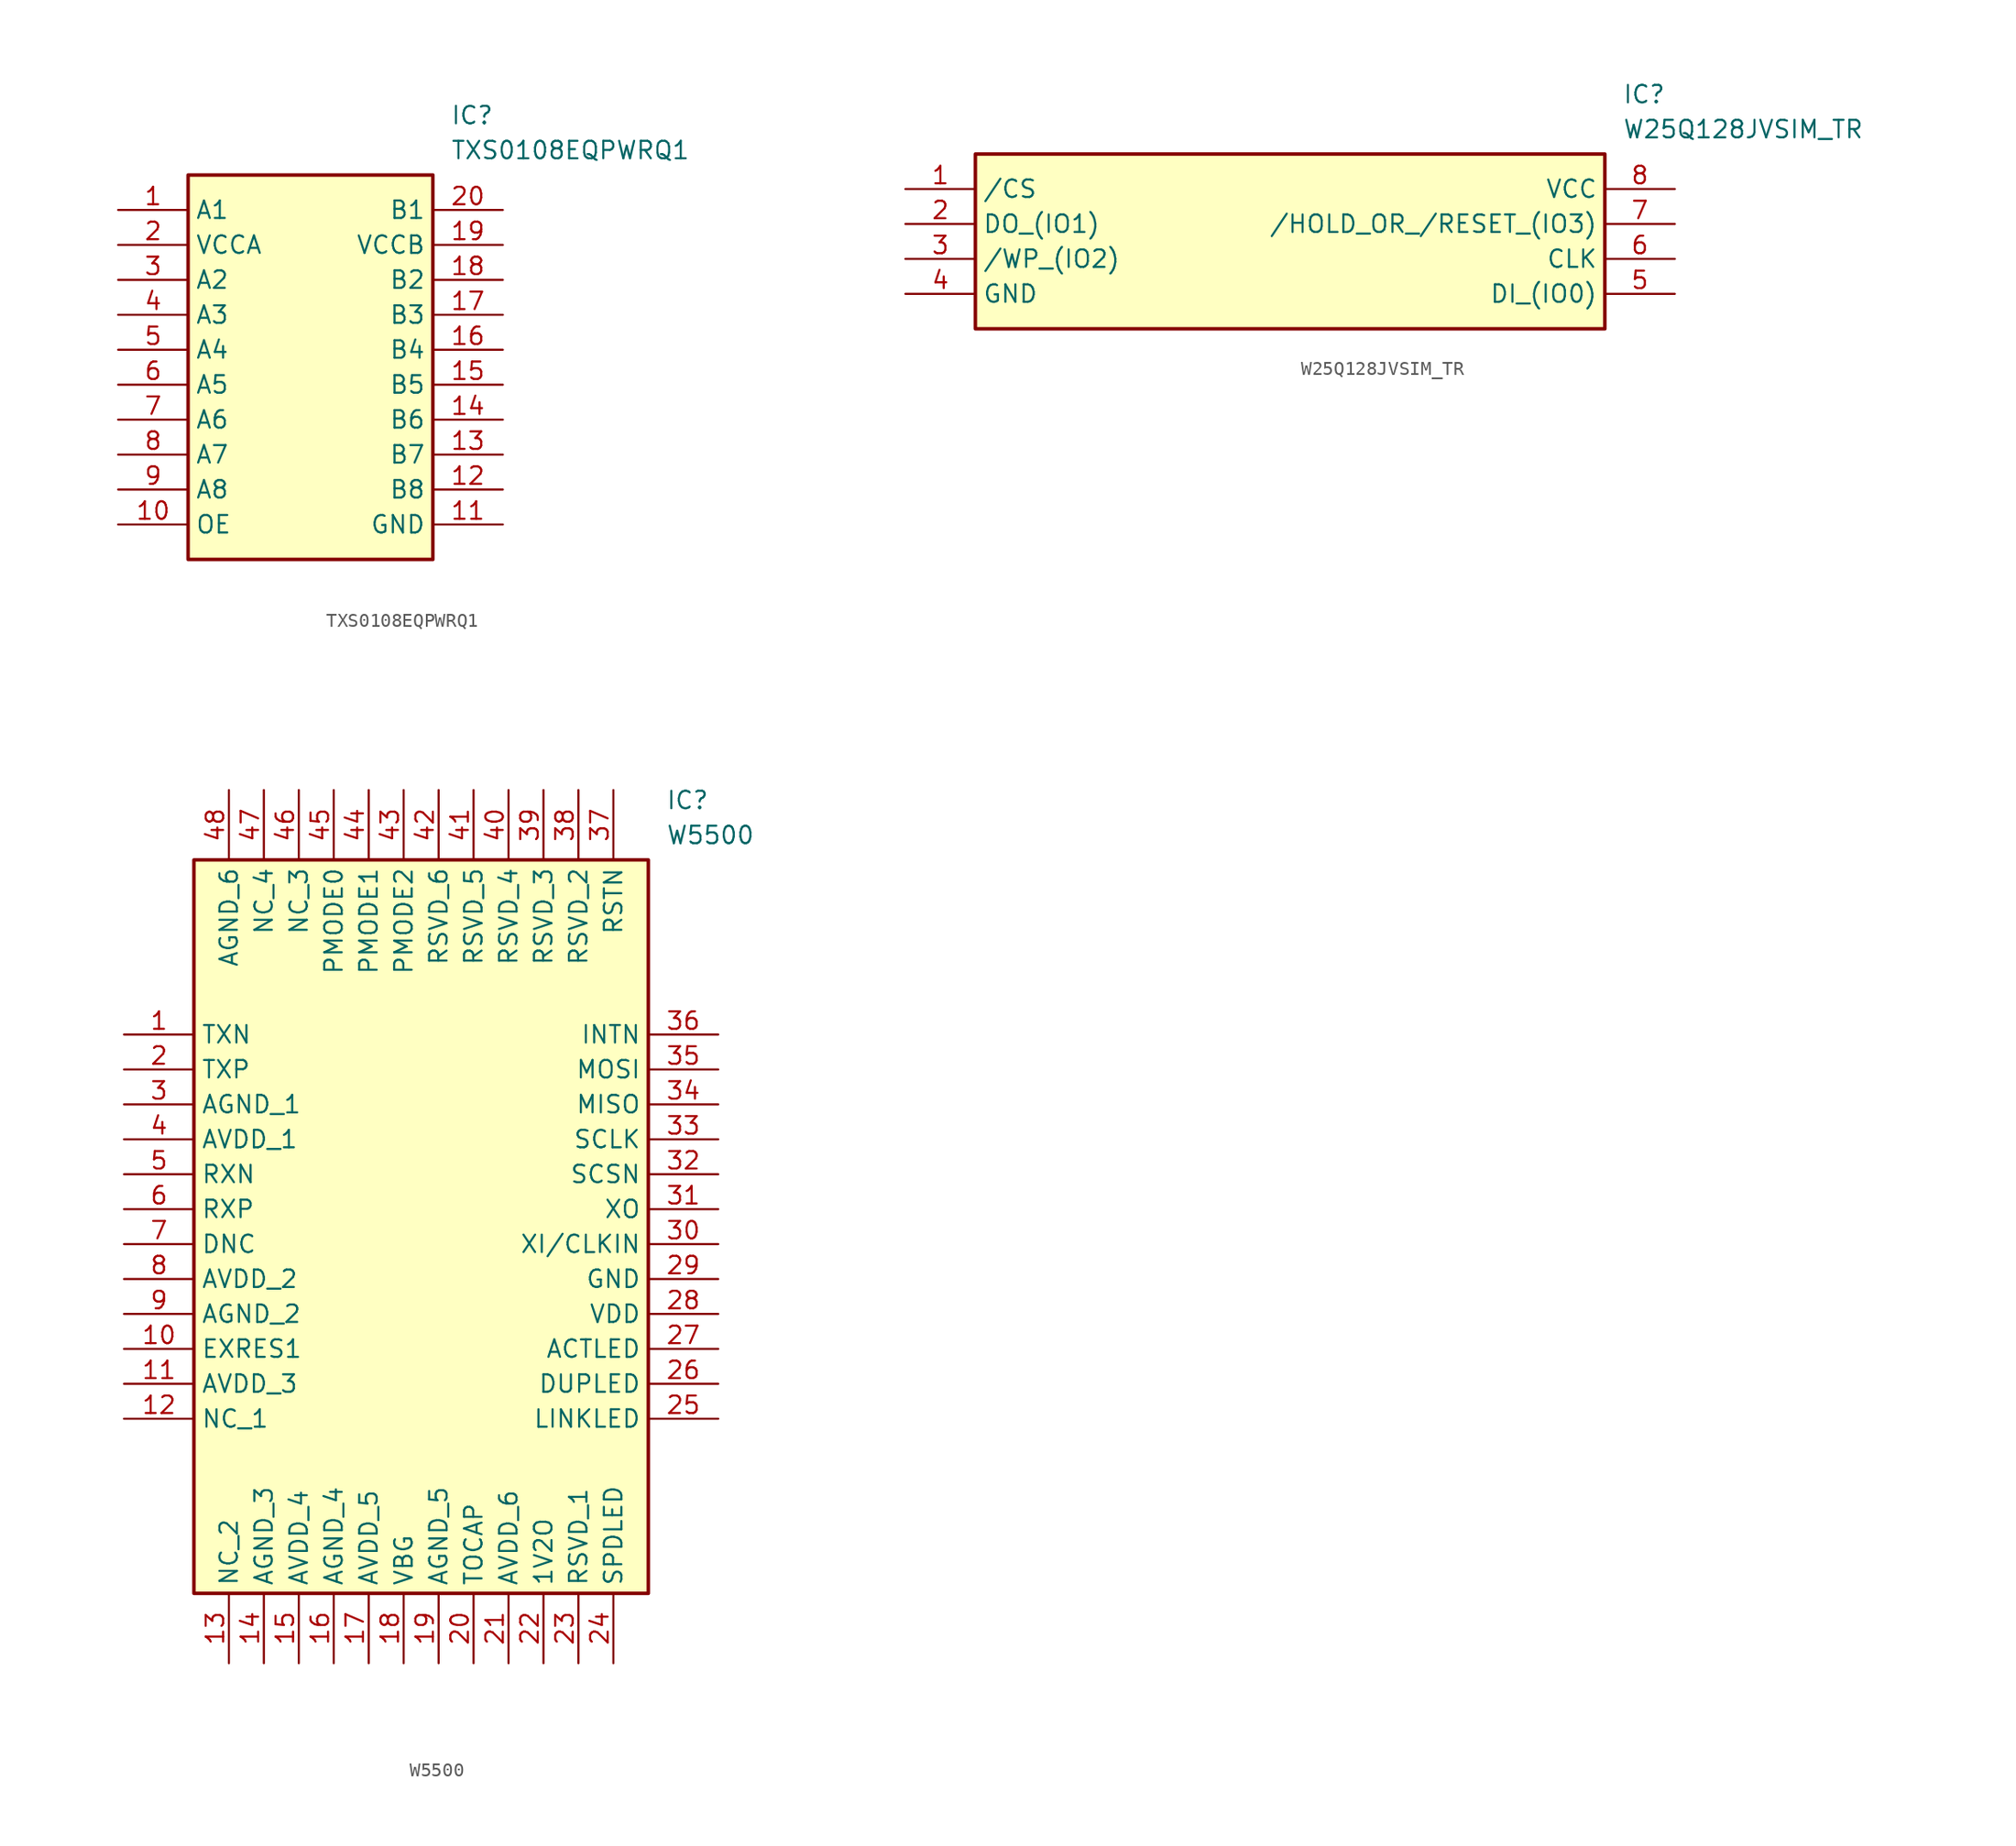
<source format=kicad_sym>
(kicad_symbol_lib
  (version 20231120)
  (generator "kicad_symbol_editor")
  (generator_version "8.0")
  (symbol "TXS0108EQPWRQ1"
    (property "Reference" "IC"
      (at 24.13 7.62 0)
      (effects (font (size 1.27 1.27)) (justify left top)))
    (property "Value" "TXS0108EQPWRQ1"
      (at 24.13 5.08 0)
      (effects (font (size 1.27 1.27)) (justify left top)))
    (symbol "TXS0108EQPWRQ1_1_1"
      (rectangle (start 5.08 2.54) (end 22.86 -25.4) (stroke (width 0.254) (type default)) (fill (type background)))
      (pin bidirectional line (at 0 0 0) (length 5.08) (name "A1" (effects (font (size 1.27 1.27)))) (number "1" (effects (font (size 1.27 1.27)))))
      (pin input line (at 0 -22.86 0) (length 5.08) (name "OE" (effects (font (size 1.27 1.27)))) (number "10" (effects (font (size 1.27 1.27)))))
      (pin power_in line (at 27.94 -22.86 180) (length 5.08) (name "GND" (effects (font (size 1.27 1.27)))) (number "11" (effects (font (size 1.27 1.27)))))
      (pin bidirectional line (at 27.94 -20.32 180) (length 5.08) (name "B8" (effects (font (size 1.27 1.27)))) (number "12" (effects (font (size 1.27 1.27)))))
      (pin bidirectional line (at 27.94 -17.78 180) (length 5.08) (name "B7" (effects (font (size 1.27 1.27)))) (number "13" (effects (font (size 1.27 1.27)))))
      (pin bidirectional line (at 27.94 -15.24 180) (length 5.08) (name "B6" (effects (font (size 1.27 1.27)))) (number "14" (effects (font (size 1.27 1.27)))))
      (pin bidirectional line (at 27.94 -12.7 180) (length 5.08) (name "B5" (effects (font (size 1.27 1.27)))) (number "15" (effects (font (size 1.27 1.27)))))
      (pin bidirectional line (at 27.94 -10.16 180) (length 5.08) (name "B4" (effects (font (size 1.27 1.27)))) (number "16" (effects (font (size 1.27 1.27)))))
      (pin bidirectional line (at 27.94 -7.62 180) (length 5.08) (name "B3" (effects (font (size 1.27 1.27)))) (number "17" (effects (font (size 1.27 1.27)))))
      (pin bidirectional line (at 27.94 -5.08 180) (length 5.08) (name "B2" (effects (font (size 1.27 1.27)))) (number "18" (effects (font (size 1.27 1.27)))))
      (pin power_in line (at 27.94 -2.54 180) (length 5.08) (name "VCCB" (effects (font (size 1.27 1.27)))) (number "19" (effects (font (size 1.27 1.27)))))
      (pin power_in line (at 0 -2.54 0) (length 5.08) (name "VCCA" (effects (font (size 1.27 1.27)))) (number "2" (effects (font (size 1.27 1.27)))))
      (pin bidirectional line (at 27.94 0 180) (length 5.08) (name "B1" (effects (font (size 1.27 1.27)))) (number "20" (effects (font (size 1.27 1.27)))))
      (pin bidirectional line (at 0 -5.08 0) (length 5.08) (name "A2" (effects (font (size 1.27 1.27)))) (number "3" (effects (font (size 1.27 1.27)))))
      (pin bidirectional line (at 0 -7.62 0) (length 5.08) (name "A3" (effects (font (size 1.27 1.27)))) (number "4" (effects (font (size 1.27 1.27)))))
      (pin bidirectional line (at 0 -10.16 0) (length 5.08) (name "A4" (effects (font (size 1.27 1.27)))) (number "5" (effects (font (size 1.27 1.27)))))
      (pin bidirectional line (at 0 -12.7 0) (length 5.08) (name "A5" (effects (font (size 1.27 1.27)))) (number "6" (effects (font (size 1.27 1.27)))))
      (pin bidirectional line (at 0 -15.24 0) (length 5.08) (name "A6" (effects (font (size 1.27 1.27)))) (number "7" (effects (font (size 1.27 1.27)))))
      (pin bidirectional line (at 0 -17.78 0) (length 5.08) (name "A7" (effects (font (size 1.27 1.27)))) (number "8" (effects (font (size 1.27 1.27)))))
      (pin bidirectional line (at 0 -20.32 0) (length 5.08) (name "A8" (effects (font (size 1.27 1.27)))) (number "9" (effects (font (size 1.27 1.27)))))))
  (symbol "W25Q128JVSIM_TR"
    (property "Reference" "IC"
      (at 52.07 7.62 0)
      (effects (font (size 1.27 1.27)) (justify left top)))
    (property "Value" "W25Q128JVSIM_TR"
      (at 52.07 5.08 0)
      (effects (font (size 1.27 1.27)) (justify left top)))
    (symbol "W25Q128JVSIM_TR_1_1"
      (rectangle (start 5.08 2.54) (end 50.8 -10.16) (stroke (width 0.254) (type default)) (fill (type background)))
      (pin passive line (at 0 0 0) (length 5.08) (name "/CS" (effects (font (size 1.27 1.27)))) (number "1" (effects (font (size 1.27 1.27)))))
      (pin passive line (at 0 -2.54 0) (length 5.08) (name "DO_(IO1)" (effects (font (size 1.27 1.27)))) (number "2" (effects (font (size 1.27 1.27)))))
      (pin passive line (at 0 -5.08 0) (length 5.08) (name "/WP_(IO2)" (effects (font (size 1.27 1.27)))) (number "3" (effects (font (size 1.27 1.27)))))
      (pin passive line (at 0 -7.62 0) (length 5.08) (name "GND" (effects (font (size 1.27 1.27)))) (number "4" (effects (font (size 1.27 1.27)))))
      (pin passive line (at 55.88 -7.62 180) (length 5.08) (name "DI_(IO0)" (effects (font (size 1.27 1.27)))) (number "5" (effects (font (size 1.27 1.27)))))
      (pin passive line (at 55.88 -5.08 180) (length 5.08) (name "CLK" (effects (font (size 1.27 1.27)))) (number "6" (effects (font (size 1.27 1.27)))))
      (pin passive line (at 55.88 -2.54 180) (length 5.08) (name "/HOLD_OR_/RESET_(IO3)" (effects (font (size 1.27 1.27)))) (number "7" (effects (font (size 1.27 1.27)))))
      (pin passive line (at 55.88 0 180) (length 5.08) (name "VCC" (effects (font (size 1.27 1.27)))) (number "8" (effects (font (size 1.27 1.27)))))))
  (symbol "W5500"
    (property "Reference" "IC"
      (at 39.37 17.78 0)
      (effects (font (size 1.27 1.27)) (justify left top)))
    (property "Value" "W5500"
      (at 39.37 15.24 0)
      (effects (font (size 1.27 1.27)) (justify left top)))
    (symbol "W5500_1_1"
      (rectangle (start 5.08 12.7) (end 38.1 -40.64) (stroke (width 0.254) (type default)) (fill (type background)))
      (pin passive line (at 0 0 0) (length 5.08) (name "TXN" (effects (font (size 1.27 1.27)))) (number "1" (effects (font (size 1.27 1.27)))))
      (pin passive line (at 0 -22.86 0) (length 5.08) (name "EXRES1" (effects (font (size 1.27 1.27)))) (number "10" (effects (font (size 1.27 1.27)))))
      (pin passive line (at 0 -25.4 0) (length 5.08) (name "AVDD_3" (effects (font (size 1.27 1.27)))) (number "11" (effects (font (size 1.27 1.27)))))
      (pin passive line (at 0 -27.94 0) (length 5.08) (name "NC_1" (effects (font (size 1.27 1.27)))) (number "12" (effects (font (size 1.27 1.27)))))
      (pin passive line (at 7.62 -45.72 90) (length 5.08) (name "NC_2" (effects (font (size 1.27 1.27)))) (number "13" (effects (font (size 1.27 1.27)))))
      (pin passive line (at 10.16 -45.72 90) (length 5.08) (name "AGND_3" (effects (font (size 1.27 1.27)))) (number "14" (effects (font (size 1.27 1.27)))))
      (pin passive line (at 12.7 -45.72 90) (length 5.08) (name "AVDD_4" (effects (font (size 1.27 1.27)))) (number "15" (effects (font (size 1.27 1.27)))))
      (pin passive line (at 15.24 -45.72 90) (length 5.08) (name "AGND_4" (effects (font (size 1.27 1.27)))) (number "16" (effects (font (size 1.27 1.27)))))
      (pin passive line (at 17.78 -45.72 90) (length 5.08) (name "AVDD_5" (effects (font (size 1.27 1.27)))) (number "17" (effects (font (size 1.27 1.27)))))
      (pin passive line (at 20.32 -45.72 90) (length 5.08) (name "VBG" (effects (font (size 1.27 1.27)))) (number "18" (effects (font (size 1.27 1.27)))))
      (pin passive line (at 22.86 -45.72 90) (length 5.08) (name "AGND_5" (effects (font (size 1.27 1.27)))) (number "19" (effects (font (size 1.27 1.27)))))
      (pin passive line (at 0 -2.54 0) (length 5.08) (name "TXP" (effects (font (size 1.27 1.27)))) (number "2" (effects (font (size 1.27 1.27)))))
      (pin passive line (at 25.4 -45.72 90) (length 5.08) (name "TOCAP" (effects (font (size 1.27 1.27)))) (number "20" (effects (font (size 1.27 1.27)))))
      (pin passive line (at 27.94 -45.72 90) (length 5.08) (name "AVDD_6" (effects (font (size 1.27 1.27)))) (number "21" (effects (font (size 1.27 1.27)))))
      (pin passive line (at 30.48 -45.72 90) (length 5.08) (name "1V2O" (effects (font (size 1.27 1.27)))) (number "22" (effects (font (size 1.27 1.27)))))
      (pin passive line (at 33.02 -45.72 90) (length 5.08) (name "RSVD_1" (effects (font (size 1.27 1.27)))) (number "23" (effects (font (size 1.27 1.27)))))
      (pin passive line (at 35.56 -45.72 90) (length 5.08) (name "SPDLED" (effects (font (size 1.27 1.27)))) (number "24" (effects (font (size 1.27 1.27)))))
      (pin passive line (at 43.18 -27.94 180) (length 5.08) (name "LINKLED" (effects (font (size 1.27 1.27)))) (number "25" (effects (font (size 1.27 1.27)))))
      (pin passive line (at 43.18 -25.4 180) (length 5.08) (name "DUPLED" (effects (font (size 1.27 1.27)))) (number "26" (effects (font (size 1.27 1.27)))))
      (pin passive line (at 43.18 -22.86 180) (length 5.08) (name "ACTLED" (effects (font (size 1.27 1.27)))) (number "27" (effects (font (size 1.27 1.27)))))
      (pin passive line (at 43.18 -20.32 180) (length 5.08) (name "VDD" (effects (font (size 1.27 1.27)))) (number "28" (effects (font (size 1.27 1.27)))))
      (pin passive line (at 43.18 -17.78 180) (length 5.08) (name "GND" (effects (font (size 1.27 1.27)))) (number "29" (effects (font (size 1.27 1.27)))))
      (pin passive line (at 0 -5.08 0) (length 5.08) (name "AGND_1" (effects (font (size 1.27 1.27)))) (number "3" (effects (font (size 1.27 1.27)))))
      (pin passive line (at 43.18 -15.24 180) (length 5.08) (name "XI/CLKIN" (effects (font (size 1.27 1.27)))) (number "30" (effects (font (size 1.27 1.27)))))
      (pin passive line (at 43.18 -12.7 180) (length 5.08) (name "XO" (effects (font (size 1.27 1.27)))) (number "31" (effects (font (size 1.27 1.27)))))
      (pin passive line (at 43.18 -10.16 180) (length 5.08) (name "SCSN" (effects (font (size 1.27 1.27)))) (number "32" (effects (font (size 1.27 1.27)))))
      (pin passive line (at 43.18 -7.62 180) (length 5.08) (name "SCLK" (effects (font (size 1.27 1.27)))) (number "33" (effects (font (size 1.27 1.27)))))
      (pin passive line (at 43.18 -5.08 180) (length 5.08) (name "MISO" (effects (font (size 1.27 1.27)))) (number "34" (effects (font (size 1.27 1.27)))))
      (pin passive line (at 43.18 -2.54 180) (length 5.08) (name "MOSI" (effects (font (size 1.27 1.27)))) (number "35" (effects (font (size 1.27 1.27)))))
      (pin passive line (at 43.18 0 180) (length 5.08) (name "INTN" (effects (font (size 1.27 1.27)))) (number "36" (effects (font (size 1.27 1.27)))))
      (pin passive line (at 35.56 17.78 270) (length 5.08) (name "RSTN" (effects (font (size 1.27 1.27)))) (number "37" (effects (font (size 1.27 1.27)))))
      (pin passive line (at 33.02 17.78 270) (length 5.08) (name "RSVD_2" (effects (font (size 1.27 1.27)))) (number "38" (effects (font (size 1.27 1.27)))))
      (pin passive line (at 30.48 17.78 270) (length 5.08) (name "RSVD_3" (effects (font (size 1.27 1.27)))) (number "39" (effects (font (size 1.27 1.27)))))
      (pin passive line (at 0 -7.62 0) (length 5.08) (name "AVDD_1" (effects (font (size 1.27 1.27)))) (number "4" (effects (font (size 1.27 1.27)))))
      (pin passive line (at 27.94 17.78 270) (length 5.08) (name "RSVD_4" (effects (font (size 1.27 1.27)))) (number "40" (effects (font (size 1.27 1.27)))))
      (pin passive line (at 25.4 17.78 270) (length 5.08) (name "RSVD_5" (effects (font (size 1.27 1.27)))) (number "41" (effects (font (size 1.27 1.27)))))
      (pin passive line (at 22.86 17.78 270) (length 5.08) (name "RSVD_6" (effects (font (size 1.27 1.27)))) (number "42" (effects (font (size 1.27 1.27)))))
      (pin passive line (at 20.32 17.78 270) (length 5.08) (name "PMODE2" (effects (font (size 1.27 1.27)))) (number "43" (effects (font (size 1.27 1.27)))))
      (pin passive line (at 17.78 17.78 270) (length 5.08) (name "PMODE1" (effects (font (size 1.27 1.27)))) (number "44" (effects (font (size 1.27 1.27)))))
      (pin passive line (at 15.24 17.78 270) (length 5.08) (name "PMODE0" (effects (font (size 1.27 1.27)))) (number "45" (effects (font (size 1.27 1.27)))))
      (pin passive line (at 12.7 17.78 270) (length 5.08) (name "NC_3" (effects (font (size 1.27 1.27)))) (number "46" (effects (font (size 1.27 1.27)))))
      (pin passive line (at 10.16 17.78 270) (length 5.08) (name "NC_4" (effects (font (size 1.27 1.27)))) (number "47" (effects (font (size 1.27 1.27)))))
      (pin passive line (at 7.62 17.78 270) (length 5.08) (name "AGND_6" (effects (font (size 1.27 1.27)))) (number "48" (effects (font (size 1.27 1.27)))))
      (pin passive line (at 0 -10.16 0) (length 5.08) (name "RXN" (effects (font (size 1.27 1.27)))) (number "5" (effects (font (size 1.27 1.27)))))
      (pin passive line (at 0 -12.7 0) (length 5.08) (name "RXP" (effects (font (size 1.27 1.27)))) (number "6" (effects (font (size 1.27 1.27)))))
      (pin passive line (at 0 -15.24 0) (length 5.08) (name "DNC" (effects (font (size 1.27 1.27)))) (number "7" (effects (font (size 1.27 1.27)))))
      (pin passive line (at 0 -17.78 0) (length 5.08) (name "AVDD_2" (effects (font (size 1.27 1.27)))) (number "8" (effects (font (size 1.27 1.27)))))
      (pin passive line (at 0 -20.32 0) (length 5.08) (name "AGND_2" (effects (font (size 1.27 1.27)))) (number "9" (effects (font (size 1.27 1.27))))))))
</source>
